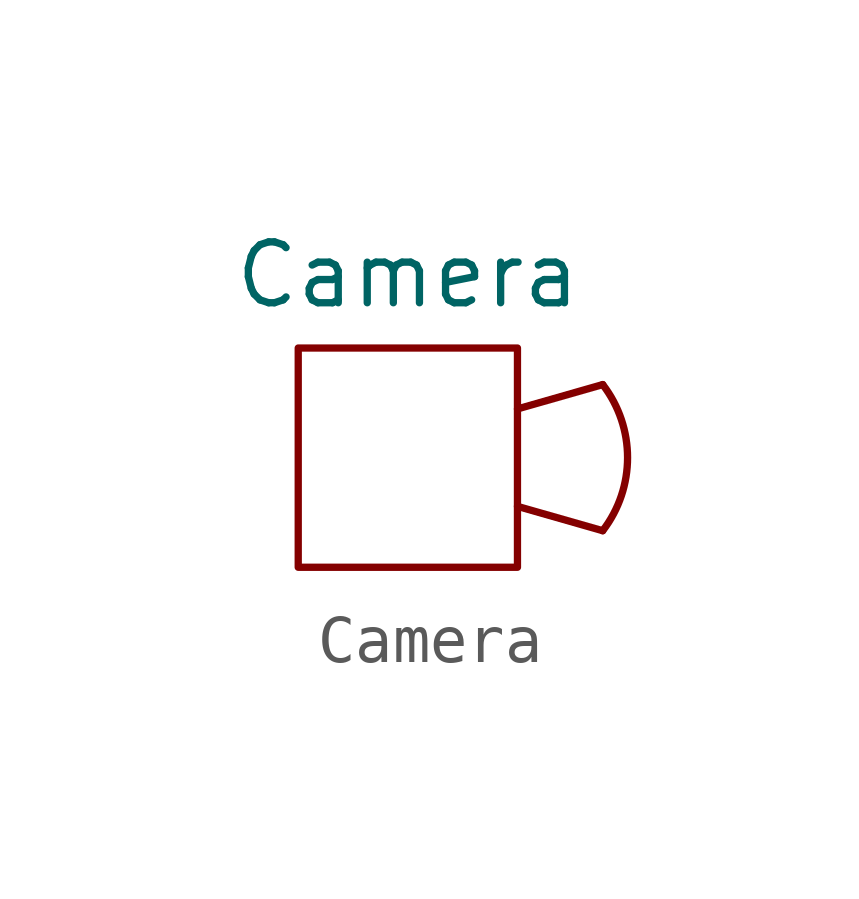
<source format=kicad_sym>
(kicad_symbol_lib
  (version 20211014)
  (generator kicad_symbol_editor)
  (symbol "Camera"
    (pin_names
      (offset 1.016))
    (property "Reference" "C"
      (at 0 5.842 0)
      (effects (font (size 1.27 1.27)) hide))
    (property "Value" "Camera"
      (at 0 3.81 0)
      (effects (font (size 1.27 1.27))))
    (symbol "Camera_0_1"
      (polyline (pts (xy 4.064 1.524) (xy 2.286 1.016)) (stroke (width 0) (type default) (color 0 0 0 0)) (fill (type none)))
      (rectangle (start 2.286 2.286) (end -2.286 -2.286) (stroke (width 0) (type default) (color 0 0 0 0)) (fill (type none)))
      (arc (start 4.064 -1.524) (mid 4.5823 0) (end 4.064 1.524) (stroke (width 0) (type default) (color 0 0 0 0)) (fill (type none))))
    (symbol "Camera_1_1"
      (polyline (pts (xy 2.286 -1.016) (xy 4.064 -1.524)) (stroke (width 0) (type default) (color 0 0 0 0)) (fill (type none))))))
</source>
